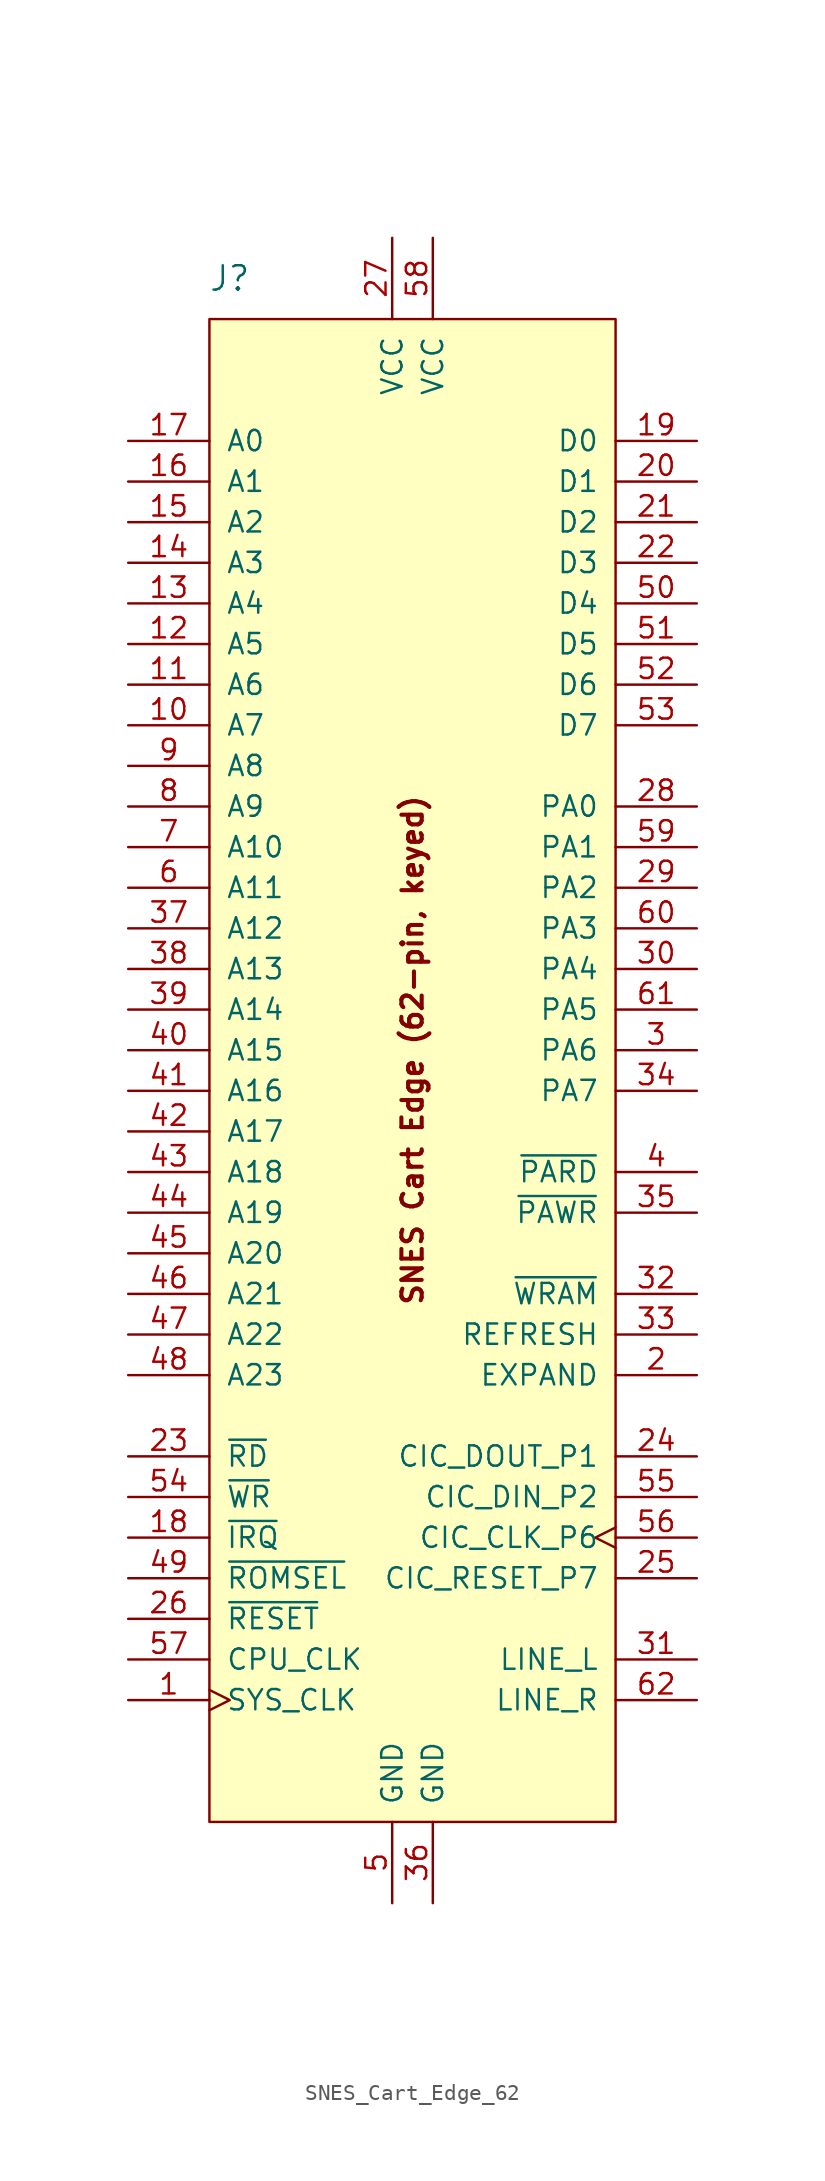
<source format=kicad_sym>
(kicad_symbol_lib
  (version 20201005)
  (generator kicad_symbol_editor)
  (symbol "SNES_Cart_Edge_62"
    (pin_names
      (offset 1.016))
    (property "Reference" "J"
      (at -11.43 48.26 0)
      (effects (font (size 1.524 1.524))))
    (symbol "SNES_Cart_Edge_62_0_0"
      (text "SNES Cart Edge (62-pin, keyed)" (at 0 0 900) (effects (font (size 1.27 1.27) bold))))
    (symbol "SNES_Cart_Edge_62_0_1"
      (rectangle (start -12.7 45.72) (end 12.7 -48.26) (stroke (width 0)) (fill (type background))))
    (symbol "SNES_Cart_Edge_62_1_1"
      (pin output clock (at -17.78 -40.64 0) (length 5.08) (name "SYS_CLK" (effects (font (size 1.27 1.27)))) (number "1" (effects (font (size 1.27 1.27)))))
      (pin output line (at -17.78 20.32 0) (length 5.08) (name "A7" (effects (font (size 1.27 1.27)))) (number "10" (effects (font (size 1.27 1.27)))))
      (pin output line (at -17.78 22.86 0) (length 5.08) (name "A6" (effects (font (size 1.27 1.27)))) (number "11" (effects (font (size 1.27 1.27)))))
      (pin output line (at -17.78 25.4 0) (length 5.08) (name "A5" (effects (font (size 1.27 1.27)))) (number "12" (effects (font (size 1.27 1.27)))))
      (pin output line (at -17.78 27.94 0) (length 5.08) (name "A4" (effects (font (size 1.27 1.27)))) (number "13" (effects (font (size 1.27 1.27)))))
      (pin output line (at -17.78 30.48 0) (length 5.08) (name "A3" (effects (font (size 1.27 1.27)))) (number "14" (effects (font (size 1.27 1.27)))))
      (pin output line (at -17.78 33.02 0) (length 5.08) (name "A2" (effects (font (size 1.27 1.27)))) (number "15" (effects (font (size 1.27 1.27)))))
      (pin output line (at -17.78 35.56 0) (length 5.08) (name "A1" (effects (font (size 1.27 1.27)))) (number "16" (effects (font (size 1.27 1.27)))))
      (pin output line (at -17.78 38.1 0) (length 5.08) (name "A0" (effects (font (size 1.27 1.27)))) (number "17" (effects (font (size 1.27 1.27)))))
      (pin bidirectional line (at -17.78 -30.48 0) (length 5.08) (name "~IRQ" (effects (font (size 1.27 1.27)))) (number "18" (effects (font (size 1.27 1.27)))))
      (pin bidirectional line (at 17.78 38.1 180) (length 5.08) (name "D0" (effects (font (size 1.27 1.27)))) (number "19" (effects (font (size 1.27 1.27)))))
      (pin output line (at 17.78 -20.32 180) (length 5.08) (name "EXPAND" (effects (font (size 1.27 1.27)))) (number "2" (effects (font (size 1.27 1.27)))))
      (pin bidirectional line (at 17.78 35.56 180) (length 5.08) (name "D1" (effects (font (size 1.27 1.27)))) (number "20" (effects (font (size 1.27 1.27)))))
      (pin bidirectional line (at 17.78 33.02 180) (length 5.08) (name "D2" (effects (font (size 1.27 1.27)))) (number "21" (effects (font (size 1.27 1.27)))))
      (pin bidirectional line (at 17.78 30.48 180) (length 5.08) (name "D3" (effects (font (size 1.27 1.27)))) (number "22" (effects (font (size 1.27 1.27)))))
      (pin output line (at -17.78 -25.4 0) (length 5.08) (name "~RD" (effects (font (size 1.27 1.27)))) (number "23" (effects (font (size 1.27 1.27)))))
      (pin input line (at 17.78 -25.4 180) (length 5.08) (name "CIC_DOUT_P1" (effects (font (size 1.27 1.27)))) (number "24" (effects (font (size 1.27 1.27)))))
      (pin output line (at 17.78 -33.02 180) (length 5.08) (name "CIC_RESET_P7" (effects (font (size 1.27 1.27)))) (number "25" (effects (font (size 1.27 1.27)))))
      (pin bidirectional line (at -17.78 -35.56 0) (length 5.08) (name "~RESET" (effects (font (size 1.27 1.27)))) (number "26" (effects (font (size 1.27 1.27)))))
      (pin power_out line (at -1.27 50.8 270) (length 5.08) (name "VCC" (effects (font (size 1.27 1.27)))) (number "27" (effects (font (size 1.27 1.27)))))
      (pin output line (at 17.78 15.24 180) (length 5.08) (name "PA0" (effects (font (size 1.27 1.27)))) (number "28" (effects (font (size 1.27 1.27)))))
      (pin output line (at 17.78 10.16 180) (length 5.08) (name "PA2" (effects (font (size 1.27 1.27)))) (number "29" (effects (font (size 1.27 1.27)))))
      (pin output line (at 17.78 0 180) (length 5.08) (name "PA6" (effects (font (size 1.27 1.27)))) (number "3" (effects (font (size 1.27 1.27)))))
      (pin output line (at 17.78 5.08 180) (length 5.08) (name "PA4" (effects (font (size 1.27 1.27)))) (number "30" (effects (font (size 1.27 1.27)))))
      (pin input line (at 17.78 -38.1 180) (length 5.08) (name "LINE_L" (effects (font (size 1.27 1.27)))) (number "31" (effects (font (size 1.27 1.27)))))
      (pin output line (at 17.78 -15.24 180) (length 5.08) (name "~WRAM" (effects (font (size 1.27 1.27)))) (number "32" (effects (font (size 1.27 1.27)))))
      (pin output line (at 17.78 -17.78 180) (length 5.08) (name "REFRESH" (effects (font (size 1.27 1.27)))) (number "33" (effects (font (size 1.27 1.27)))))
      (pin output line (at 17.78 -2.54 180) (length 5.08) (name "PA7" (effects (font (size 1.27 1.27)))) (number "34" (effects (font (size 1.27 1.27)))))
      (pin output line (at 17.78 -10.16 180) (length 5.08) (name "~PAWR" (effects (font (size 1.27 1.27)))) (number "35" (effects (font (size 1.27 1.27)))))
      (pin power_out line (at 1.27 -53.34 90) (length 5.08) (name "GND" (effects (font (size 1.27 1.27)))) (number "36" (effects (font (size 1.27 1.27)))))
      (pin output line (at -17.78 7.62 0) (length 5.08) (name "A12" (effects (font (size 1.27 1.27)))) (number "37" (effects (font (size 1.27 1.27)))))
      (pin output line (at -17.78 5.08 0) (length 5.08) (name "A13" (effects (font (size 1.27 1.27)))) (number "38" (effects (font (size 1.27 1.27)))))
      (pin output line (at -17.78 2.54 0) (length 5.08) (name "A14" (effects (font (size 1.27 1.27)))) (number "39" (effects (font (size 1.27 1.27)))))
      (pin output line (at 17.78 -7.62 180) (length 5.08) (name "~PARD" (effects (font (size 1.27 1.27)))) (number "4" (effects (font (size 1.27 1.27)))))
      (pin output line (at -17.78 0 0) (length 5.08) (name "A15" (effects (font (size 1.27 1.27)))) (number "40" (effects (font (size 1.27 1.27)))))
      (pin output line (at -17.78 -2.54 0) (length 5.08) (name "A16" (effects (font (size 1.27 1.27)))) (number "41" (effects (font (size 1.27 1.27)))))
      (pin output line (at -17.78 -5.08 0) (length 5.08) (name "A17" (effects (font (size 1.27 1.27)))) (number "42" (effects (font (size 1.27 1.27)))))
      (pin output line (at -17.78 -7.62 0) (length 5.08) (name "A18" (effects (font (size 1.27 1.27)))) (number "43" (effects (font (size 1.27 1.27)))))
      (pin output line (at -17.78 -10.16 0) (length 5.08) (name "A19" (effects (font (size 1.27 1.27)))) (number "44" (effects (font (size 1.27 1.27)))))
      (pin output line (at -17.78 -12.7 0) (length 5.08) (name "A20" (effects (font (size 1.27 1.27)))) (number "45" (effects (font (size 1.27 1.27)))))
      (pin output line (at -17.78 -15.24 0) (length 5.08) (name "A21" (effects (font (size 1.27 1.27)))) (number "46" (effects (font (size 1.27 1.27)))))
      (pin output line (at -17.78 -17.78 0) (length 5.08) (name "A22" (effects (font (size 1.27 1.27)))) (number "47" (effects (font (size 1.27 1.27)))))
      (pin output line (at -17.78 -20.32 0) (length 5.08) (name "A23" (effects (font (size 1.27 1.27)))) (number "48" (effects (font (size 1.27 1.27)))))
      (pin output line (at -17.78 -33.02 0) (length 5.08) (name "~ROMSEL" (effects (font (size 1.27 1.27)))) (number "49" (effects (font (size 1.27 1.27)))))
      (pin power_out line (at -1.27 -53.34 90) (length 5.08) (name "GND" (effects (font (size 1.27 1.27)))) (number "5" (effects (font (size 1.27 1.27)))))
      (pin bidirectional line (at 17.78 27.94 180) (length 5.08) (name "D4" (effects (font (size 1.27 1.27)))) (number "50" (effects (font (size 1.27 1.27)))))
      (pin bidirectional line (at 17.78 25.4 180) (length 5.08) (name "D5" (effects (font (size 1.27 1.27)))) (number "51" (effects (font (size 1.27 1.27)))))
      (pin bidirectional line (at 17.78 22.86 180) (length 5.08) (name "D6" (effects (font (size 1.27 1.27)))) (number "52" (effects (font (size 1.27 1.27)))))
      (pin bidirectional line (at 17.78 20.32 180) (length 5.08) (name "D7" (effects (font (size 1.27 1.27)))) (number "53" (effects (font (size 1.27 1.27)))))
      (pin output line (at -17.78 -27.94 0) (length 5.08) (name "~WR" (effects (font (size 1.27 1.27)))) (number "54" (effects (font (size 1.27 1.27)))))
      (pin output line (at 17.78 -27.94 180) (length 5.08) (name "CIC_DIN_P2" (effects (font (size 1.27 1.27)))) (number "55" (effects (font (size 1.27 1.27)))))
      (pin output clock (at 17.78 -30.48 180) (length 5.08) (name "CIC_CLK_P6" (effects (font (size 1.27 1.27)))) (number "56" (effects (font (size 1.27 1.27)))))
      (pin output line (at -17.78 -38.1 0) (length 5.08) (name "CPU_CLK" (effects (font (size 1.27 1.27)))) (number "57" (effects (font (size 1.27 1.27)))))
      (pin power_out line (at 1.27 50.8 270) (length 5.08) (name "VCC" (effects (font (size 1.27 1.27)))) (number "58" (effects (font (size 1.27 1.27)))))
      (pin output line (at 17.78 12.7 180) (length 5.08) (name "PA1" (effects (font (size 1.27 1.27)))) (number "59" (effects (font (size 1.27 1.27)))))
      (pin output line (at -17.78 10.16 0) (length 5.08) (name "A11" (effects (font (size 1.27 1.27)))) (number "6" (effects (font (size 1.27 1.27)))))
      (pin output line (at 17.78 7.62 180) (length 5.08) (name "PA3" (effects (font (size 1.27 1.27)))) (number "60" (effects (font (size 1.27 1.27)))))
      (pin output line (at 17.78 2.54 180) (length 5.08) (name "PA5" (effects (font (size 1.27 1.27)))) (number "61" (effects (font (size 1.27 1.27)))))
      (pin input line (at 17.78 -40.64 180) (length 5.08) (name "LINE_R" (effects (font (size 1.27 1.27)))) (number "62" (effects (font (size 1.27 1.27)))))
      (pin output line (at -17.78 12.7 0) (length 5.08) (name "A10" (effects (font (size 1.27 1.27)))) (number "7" (effects (font (size 1.27 1.27)))))
      (pin output line (at -17.78 15.24 0) (length 5.08) (name "A9" (effects (font (size 1.27 1.27)))) (number "8" (effects (font (size 1.27 1.27)))))
      (pin output line (at -17.78 17.78 0) (length 5.08) (name "A8" (effects (font (size 1.27 1.27)))) (number "9" (effects (font (size 1.27 1.27))))))))
</source>
